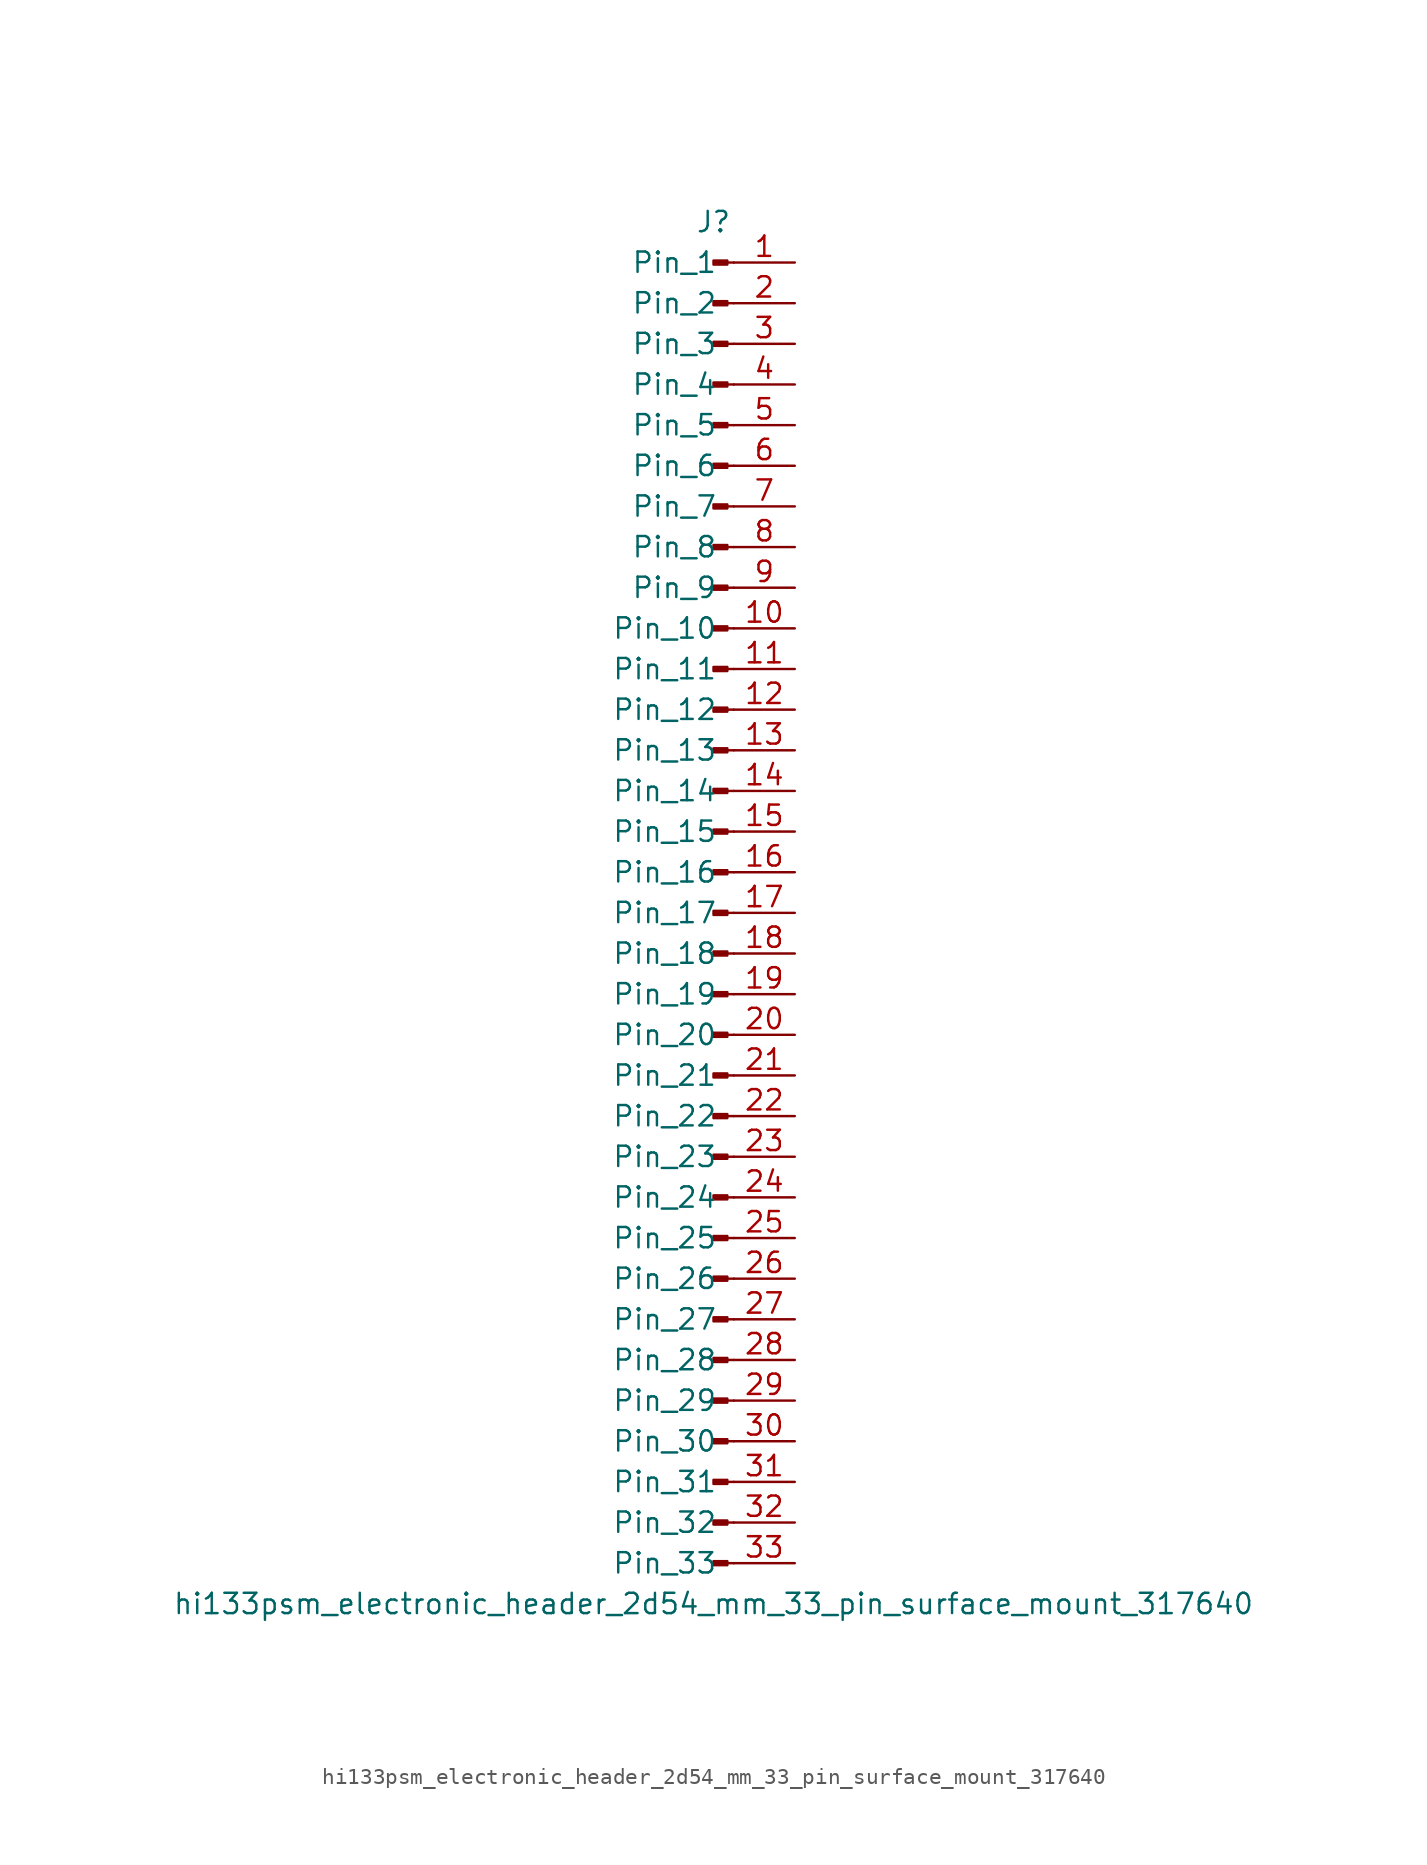
<source format=kicad_sym>
(kicad_symbol_lib
  (version 20220914)
  (generator kicad_symbol_editor)
  (symbol "hi133psm_electronic_header_2d54_mm_33_pin_surface_mount_317640"
    (pin_names
      (offset 1.016))
    (property "Reference" "J"
      (at 0 43.18 0)
      (effects (font (size 1.27 1.27))))
    (property "Value" "hi133psm_electronic_header_2d54_mm_33_pin_surface_mount_317640"
      (at 0 -43.18 0)
      (effects (font (size 1.27 1.27))))
    (property "ki_locked" ""
      (at 0 0 0)
      (effects (font (size 1.27 1.27))))
    (symbol "hi133psm_electronic_header_2d54_mm_33_pin_surface_mount_317640_1_1"
      (polyline (pts (xy 1.27 -40.64) (xy 0.864 -40.64)) (stroke (width 0.152) (type default)) (fill (type none)))
      (polyline (pts (xy 1.27 -38.1) (xy 0.864 -38.1)) (stroke (width 0.152) (type default)) (fill (type none)))
      (polyline (pts (xy 1.27 -35.56) (xy 0.864 -35.56)) (stroke (width 0.152) (type default)) (fill (type none)))
      (polyline (pts (xy 1.27 -33.02) (xy 0.864 -33.02)) (stroke (width 0.152) (type default)) (fill (type none)))
      (polyline (pts (xy 1.27 -30.48) (xy 0.864 -30.48)) (stroke (width 0.152) (type default)) (fill (type none)))
      (polyline (pts (xy 1.27 -27.94) (xy 0.864 -27.94)) (stroke (width 0.152) (type default)) (fill (type none)))
      (polyline (pts (xy 1.27 -25.4) (xy 0.864 -25.4)) (stroke (width 0.152) (type default)) (fill (type none)))
      (polyline (pts (xy 1.27 -22.86) (xy 0.864 -22.86)) (stroke (width 0.152) (type default)) (fill (type none)))
      (polyline (pts (xy 1.27 -20.32) (xy 0.864 -20.32)) (stroke (width 0.152) (type default)) (fill (type none)))
      (polyline (pts (xy 1.27 -17.78) (xy 0.864 -17.78)) (stroke (width 0.152) (type default)) (fill (type none)))
      (polyline (pts (xy 1.27 -15.24) (xy 0.864 -15.24)) (stroke (width 0.152) (type default)) (fill (type none)))
      (polyline (pts (xy 1.27 -12.7) (xy 0.864 -12.7)) (stroke (width 0.152) (type default)) (fill (type none)))
      (polyline (pts (xy 1.27 -10.16) (xy 0.864 -10.16)) (stroke (width 0.152) (type default)) (fill (type none)))
      (polyline (pts (xy 1.27 -7.62) (xy 0.864 -7.62)) (stroke (width 0.152) (type default)) (fill (type none)))
      (polyline (pts (xy 1.27 -5.08) (xy 0.864 -5.08)) (stroke (width 0.152) (type default)) (fill (type none)))
      (polyline (pts (xy 1.27 -2.54) (xy 0.864 -2.54)) (stroke (width 0.152) (type default)) (fill (type none)))
      (polyline (pts (xy 1.27 0) (xy 0.864 0)) (stroke (width 0.152) (type default)) (fill (type none)))
      (polyline (pts (xy 1.27 2.54) (xy 0.864 2.54)) (stroke (width 0.152) (type default)) (fill (type none)))
      (polyline (pts (xy 1.27 5.08) (xy 0.864 5.08)) (stroke (width 0.152) (type default)) (fill (type none)))
      (polyline (pts (xy 1.27 7.62) (xy 0.864 7.62)) (stroke (width 0.152) (type default)) (fill (type none)))
      (polyline (pts (xy 1.27 10.16) (xy 0.864 10.16)) (stroke (width 0.152) (type default)) (fill (type none)))
      (polyline (pts (xy 1.27 12.7) (xy 0.864 12.7)) (stroke (width 0.152) (type default)) (fill (type none)))
      (polyline (pts (xy 1.27 15.24) (xy 0.864 15.24)) (stroke (width 0.152) (type default)) (fill (type none)))
      (polyline (pts (xy 1.27 17.78) (xy 0.864 17.78)) (stroke (width 0.152) (type default)) (fill (type none)))
      (polyline (pts (xy 1.27 20.32) (xy 0.864 20.32)) (stroke (width 0.152) (type default)) (fill (type none)))
      (polyline (pts (xy 1.27 22.86) (xy 0.864 22.86)) (stroke (width 0.152) (type default)) (fill (type none)))
      (polyline (pts (xy 1.27 25.4) (xy 0.864 25.4)) (stroke (width 0.152) (type default)) (fill (type none)))
      (polyline (pts (xy 1.27 27.94) (xy 0.864 27.94)) (stroke (width 0.152) (type default)) (fill (type none)))
      (polyline (pts (xy 1.27 30.48) (xy 0.864 30.48)) (stroke (width 0.152) (type default)) (fill (type none)))
      (polyline (pts (xy 1.27 33.02) (xy 0.864 33.02)) (stroke (width 0.152) (type default)) (fill (type none)))
      (polyline (pts (xy 1.27 35.56) (xy 0.864 35.56)) (stroke (width 0.152) (type default)) (fill (type none)))
      (polyline (pts (xy 1.27 38.1) (xy 0.864 38.1)) (stroke (width 0.152) (type default)) (fill (type none)))
      (polyline (pts (xy 1.27 40.64) (xy 0.864 40.64)) (stroke (width 0.152) (type default)) (fill (type none)))
      (rectangle (start 0.864 -40.513) (end 0 -40.767) (stroke (width 0.152) (type default)) (fill (type outline)))
      (rectangle (start 0.864 -37.973) (end 0 -38.227) (stroke (width 0.152) (type default)) (fill (type outline)))
      (rectangle (start 0.864 -35.433) (end 0 -35.687) (stroke (width 0.152) (type default)) (fill (type outline)))
      (rectangle (start 0.864 -32.893) (end 0 -33.147) (stroke (width 0.152) (type default)) (fill (type outline)))
      (rectangle (start 0.864 -30.353) (end 0 -30.607) (stroke (width 0.152) (type default)) (fill (type outline)))
      (rectangle (start 0.864 -27.813) (end 0 -28.067) (stroke (width 0.152) (type default)) (fill (type outline)))
      (rectangle (start 0.864 -25.273) (end 0 -25.527) (stroke (width 0.152) (type default)) (fill (type outline)))
      (rectangle (start 0.864 -22.733) (end 0 -22.987) (stroke (width 0.152) (type default)) (fill (type outline)))
      (rectangle (start 0.864 -20.193) (end 0 -20.447) (stroke (width 0.152) (type default)) (fill (type outline)))
      (rectangle (start 0.864 -17.653) (end 0 -17.907) (stroke (width 0.152) (type default)) (fill (type outline)))
      (rectangle (start 0.864 -15.113) (end 0 -15.367) (stroke (width 0.152) (type default)) (fill (type outline)))
      (rectangle (start 0.864 -12.573) (end 0 -12.827) (stroke (width 0.152) (type default)) (fill (type outline)))
      (rectangle (start 0.864 -10.033) (end 0 -10.287) (stroke (width 0.152) (type default)) (fill (type outline)))
      (rectangle (start 0.864 -7.493) (end 0 -7.747) (stroke (width 0.152) (type default)) (fill (type outline)))
      (rectangle (start 0.864 -4.953) (end 0 -5.207) (stroke (width 0.152) (type default)) (fill (type outline)))
      (rectangle (start 0.864 -2.413) (end 0 -2.667) (stroke (width 0.152) (type default)) (fill (type outline)))
      (rectangle (start 0.864 0.127) (end 0 -0.127) (stroke (width 0.152) (type default)) (fill (type outline)))
      (rectangle (start 0.864 2.667) (end 0 2.413) (stroke (width 0.152) (type default)) (fill (type outline)))
      (rectangle (start 0.864 5.207) (end 0 4.953) (stroke (width 0.152) (type default)) (fill (type outline)))
      (rectangle (start 0.864 7.747) (end 0 7.493) (stroke (width 0.152) (type default)) (fill (type outline)))
      (rectangle (start 0.864 10.287) (end 0 10.033) (stroke (width 0.152) (type default)) (fill (type outline)))
      (rectangle (start 0.864 12.827) (end 0 12.573) (stroke (width 0.152) (type default)) (fill (type outline)))
      (rectangle (start 0.864 15.367) (end 0 15.113) (stroke (width 0.152) (type default)) (fill (type outline)))
      (rectangle (start 0.864 17.907) (end 0 17.653) (stroke (width 0.152) (type default)) (fill (type outline)))
      (rectangle (start 0.864 20.447) (end 0 20.193) (stroke (width 0.152) (type default)) (fill (type outline)))
      (rectangle (start 0.864 22.987) (end 0 22.733) (stroke (width 0.152) (type default)) (fill (type outline)))
      (rectangle (start 0.864 25.527) (end 0 25.273) (stroke (width 0.152) (type default)) (fill (type outline)))
      (rectangle (start 0.864 28.067) (end 0 27.813) (stroke (width 0.152) (type default)) (fill (type outline)))
      (rectangle (start 0.864 30.607) (end 0 30.353) (stroke (width 0.152) (type default)) (fill (type outline)))
      (rectangle (start 0.864 33.147) (end 0 32.893) (stroke (width 0.152) (type default)) (fill (type outline)))
      (rectangle (start 0.864 35.687) (end 0 35.433) (stroke (width 0.152) (type default)) (fill (type outline)))
      (rectangle (start 0.864 38.227) (end 0 37.973) (stroke (width 0.152) (type default)) (fill (type outline)))
      (rectangle (start 0.864 40.767) (end 0 40.513) (stroke (width 0.152) (type default)) (fill (type outline)))
      (pin passive line (at 5.08 40.64 180) (length 3.81) (name "Pin_1" (effects (font (size 1.27 1.27)))) (number "1" (effects (font (size 1.27 1.27)))))
      (pin passive line (at 5.08 17.78 180) (length 3.81) (name "Pin_10" (effects (font (size 1.27 1.27)))) (number "10" (effects (font (size 1.27 1.27)))))
      (pin passive line (at 5.08 15.24 180) (length 3.81) (name "Pin_11" (effects (font (size 1.27 1.27)))) (number "11" (effects (font (size 1.27 1.27)))))
      (pin passive line (at 5.08 12.7 180) (length 3.81) (name "Pin_12" (effects (font (size 1.27 1.27)))) (number "12" (effects (font (size 1.27 1.27)))))
      (pin passive line (at 5.08 10.16 180) (length 3.81) (name "Pin_13" (effects (font (size 1.27 1.27)))) (number "13" (effects (font (size 1.27 1.27)))))
      (pin passive line (at 5.08 7.62 180) (length 3.81) (name "Pin_14" (effects (font (size 1.27 1.27)))) (number "14" (effects (font (size 1.27 1.27)))))
      (pin passive line (at 5.08 5.08 180) (length 3.81) (name "Pin_15" (effects (font (size 1.27 1.27)))) (number "15" (effects (font (size 1.27 1.27)))))
      (pin passive line (at 5.08 2.54 180) (length 3.81) (name "Pin_16" (effects (font (size 1.27 1.27)))) (number "16" (effects (font (size 1.27 1.27)))))
      (pin passive line (at 5.08 0 180) (length 3.81) (name "Pin_17" (effects (font (size 1.27 1.27)))) (number "17" (effects (font (size 1.27 1.27)))))
      (pin passive line (at 5.08 -2.54 180) (length 3.81) (name "Pin_18" (effects (font (size 1.27 1.27)))) (number "18" (effects (font (size 1.27 1.27)))))
      (pin passive line (at 5.08 -5.08 180) (length 3.81) (name "Pin_19" (effects (font (size 1.27 1.27)))) (number "19" (effects (font (size 1.27 1.27)))))
      (pin passive line (at 5.08 38.1 180) (length 3.81) (name "Pin_2" (effects (font (size 1.27 1.27)))) (number "2" (effects (font (size 1.27 1.27)))))
      (pin passive line (at 5.08 -7.62 180) (length 3.81) (name "Pin_20" (effects (font (size 1.27 1.27)))) (number "20" (effects (font (size 1.27 1.27)))))
      (pin passive line (at 5.08 -10.16 180) (length 3.81) (name "Pin_21" (effects (font (size 1.27 1.27)))) (number "21" (effects (font (size 1.27 1.27)))))
      (pin passive line (at 5.08 -12.7 180) (length 3.81) (name "Pin_22" (effects (font (size 1.27 1.27)))) (number "22" (effects (font (size 1.27 1.27)))))
      (pin passive line (at 5.08 -15.24 180) (length 3.81) (name "Pin_23" (effects (font (size 1.27 1.27)))) (number "23" (effects (font (size 1.27 1.27)))))
      (pin passive line (at 5.08 -17.78 180) (length 3.81) (name "Pin_24" (effects (font (size 1.27 1.27)))) (number "24" (effects (font (size 1.27 1.27)))))
      (pin passive line (at 5.08 -20.32 180) (length 3.81) (name "Pin_25" (effects (font (size 1.27 1.27)))) (number "25" (effects (font (size 1.27 1.27)))))
      (pin passive line (at 5.08 -22.86 180) (length 3.81) (name "Pin_26" (effects (font (size 1.27 1.27)))) (number "26" (effects (font (size 1.27 1.27)))))
      (pin passive line (at 5.08 -25.4 180) (length 3.81) (name "Pin_27" (effects (font (size 1.27 1.27)))) (number "27" (effects (font (size 1.27 1.27)))))
      (pin passive line (at 5.08 -27.94 180) (length 3.81) (name "Pin_28" (effects (font (size 1.27 1.27)))) (number "28" (effects (font (size 1.27 1.27)))))
      (pin passive line (at 5.08 -30.48 180) (length 3.81) (name "Pin_29" (effects (font (size 1.27 1.27)))) (number "29" (effects (font (size 1.27 1.27)))))
      (pin passive line (at 5.08 35.56 180) (length 3.81) (name "Pin_3" (effects (font (size 1.27 1.27)))) (number "3" (effects (font (size 1.27 1.27)))))
      (pin passive line (at 5.08 -33.02 180) (length 3.81) (name "Pin_30" (effects (font (size 1.27 1.27)))) (number "30" (effects (font (size 1.27 1.27)))))
      (pin passive line (at 5.08 -35.56 180) (length 3.81) (name "Pin_31" (effects (font (size 1.27 1.27)))) (number "31" (effects (font (size 1.27 1.27)))))
      (pin passive line (at 5.08 -38.1 180) (length 3.81) (name "Pin_32" (effects (font (size 1.27 1.27)))) (number "32" (effects (font (size 1.27 1.27)))))
      (pin passive line (at 5.08 -40.64 180) (length 3.81) (name "Pin_33" (effects (font (size 1.27 1.27)))) (number "33" (effects (font (size 1.27 1.27)))))
      (pin passive line (at 5.08 33.02 180) (length 3.81) (name "Pin_4" (effects (font (size 1.27 1.27)))) (number "4" (effects (font (size 1.27 1.27)))))
      (pin passive line (at 5.08 30.48 180) (length 3.81) (name "Pin_5" (effects (font (size 1.27 1.27)))) (number "5" (effects (font (size 1.27 1.27)))))
      (pin passive line (at 5.08 27.94 180) (length 3.81) (name "Pin_6" (effects (font (size 1.27 1.27)))) (number "6" (effects (font (size 1.27 1.27)))))
      (pin passive line (at 5.08 25.4 180) (length 3.81) (name "Pin_7" (effects (font (size 1.27 1.27)))) (number "7" (effects (font (size 1.27 1.27)))))
      (pin passive line (at 5.08 22.86 180) (length 3.81) (name "Pin_8" (effects (font (size 1.27 1.27)))) (number "8" (effects (font (size 1.27 1.27)))))
      (pin passive line (at 5.08 20.32 180) (length 3.81) (name "Pin_9" (effects (font (size 1.27 1.27)))) (number "9" (effects (font (size 1.27 1.27))))))))
</source>
